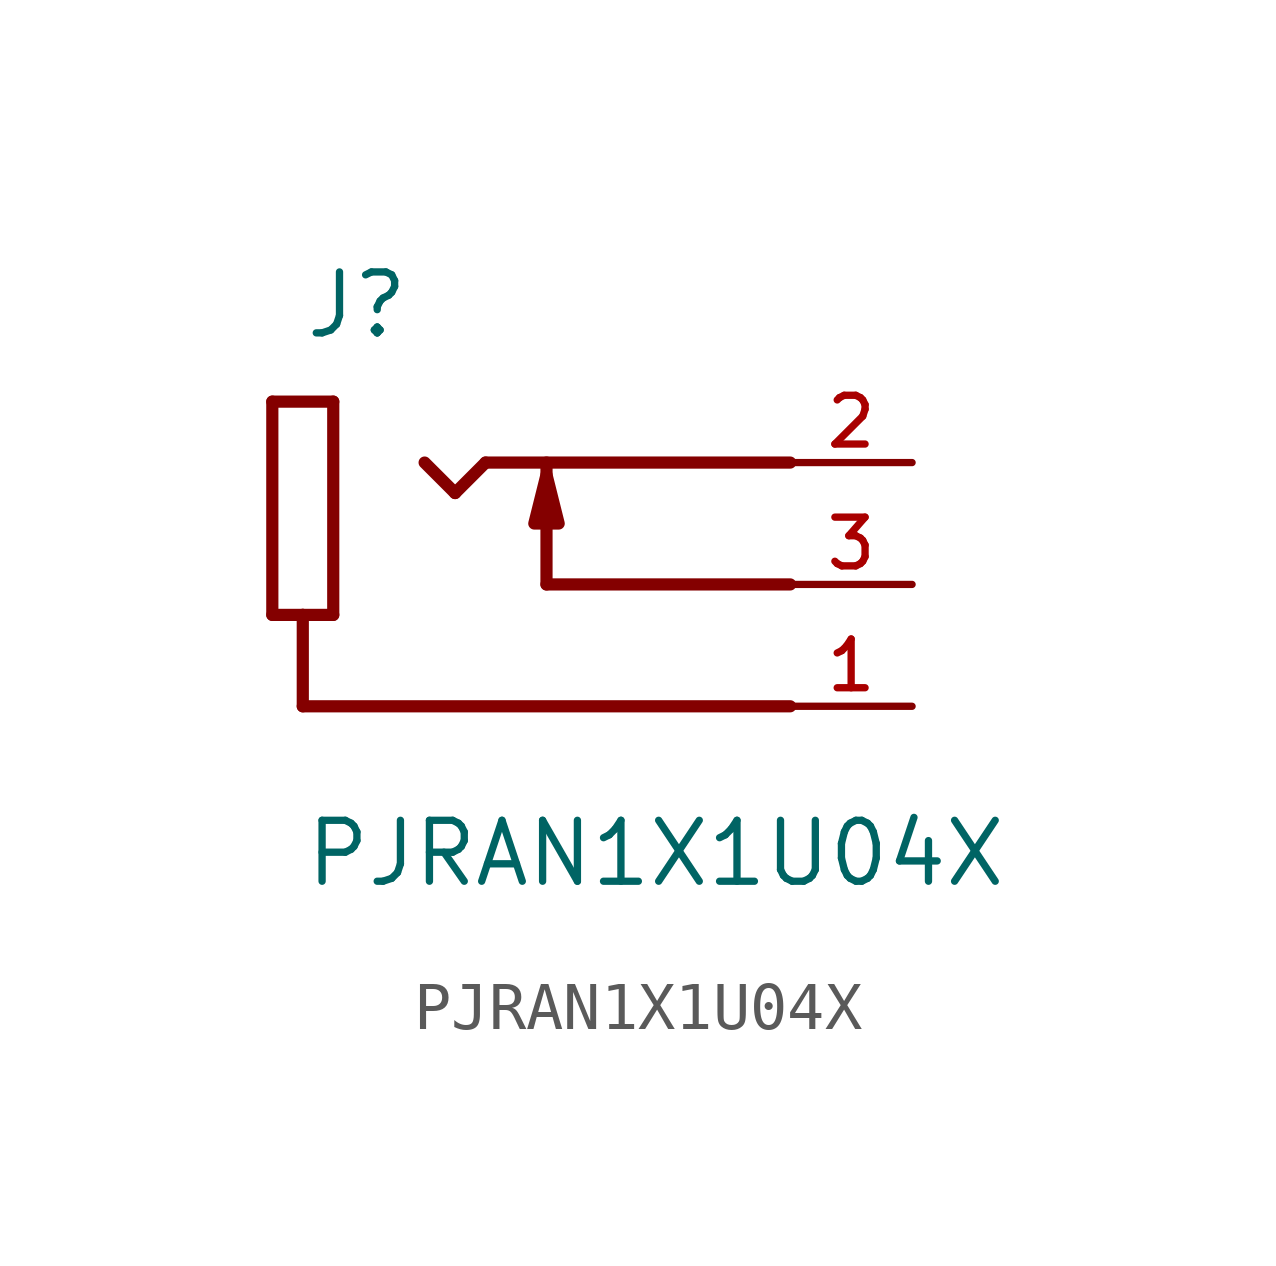
<source format=kicad_sym>
(kicad_symbol_lib
  (version 20211014)
  (generator kicad_symbol_editor)
  (symbol "PJRAN1X1U04X"
    (pin_names
      (offset 1.016))
    (property "Reference" "J"
      (at -5.08 5.08 0)
      (effects (font (size 1.27 1.27)) (justify bottom left)))
    (property "Value" "PJRAN1X1U04X"
      (at -5.08 -6.35 0)
      (effects (font (size 1.27 1.27)) (justify bottom left)))
    (symbol "PJRAN1X1U04X_0_0"
      (polyline (pts (xy 0.0 2.286) (xy 0.254 1.27) (xy -0.254 1.27) (xy 0.0 2.286)) (stroke (width 0.254)) (fill (type outline)))
      (polyline (pts (xy 0.0 0.0) (xy 5.08 0.0)) (stroke (width 0.254)))
      (polyline (pts (xy 0.0 0.0) (xy 0.0 2.54)) (stroke (width 0.254)))
      (polyline (pts (xy 5.08 -2.54) (xy -5.08 -2.54)) (stroke (width 0.254)))
      (polyline (pts (xy 5.08 2.54) (xy -1.27 2.54)) (stroke (width 0.254)))
      (polyline (pts (xy -5.08 -2.54) (xy -5.08 -0.635)) (stroke (width 0.254)))
      (polyline (pts (xy -5.08 -0.635) (xy -4.445 -0.635)) (stroke (width 0.254)))
      (polyline (pts (xy -4.445 -0.635) (xy -4.445 3.81)) (stroke (width 0.254)))
      (polyline (pts (xy -4.445 3.81) (xy -5.715 3.81)) (stroke (width 0.254)))
      (polyline (pts (xy -5.715 3.81) (xy -5.715 -0.635)) (stroke (width 0.254)))
      (polyline (pts (xy -5.715 -0.635) (xy -5.08 -0.635)) (stroke (width 0.254)))
      (polyline (pts (xy -1.27 2.54) (xy -1.905 1.905)) (stroke (width 0.254)))
      (polyline (pts (xy -1.905 1.905) (xy -2.54 2.54)) (stroke (width 0.254)))
      (pin passive line (at 7.62 2.54 180.0) (length 2.54) (name "~" (effects (font (size 1.016 1.016)))) (number "2" (effects (font (size 1.016 1.016)))))
      (pin passive line (at 7.62 -2.54 180.0) (length 2.54) (name "~" (effects (font (size 1.016 1.016)))) (number "1" (effects (font (size 1.016 1.016)))))
      (pin passive line (at 7.62 0.0 180.0) (length 2.54) (name "~" (effects (font (size 1.016 1.016)))) (number "3" (effects (font (size 1.016 1.016))))))))
</source>
